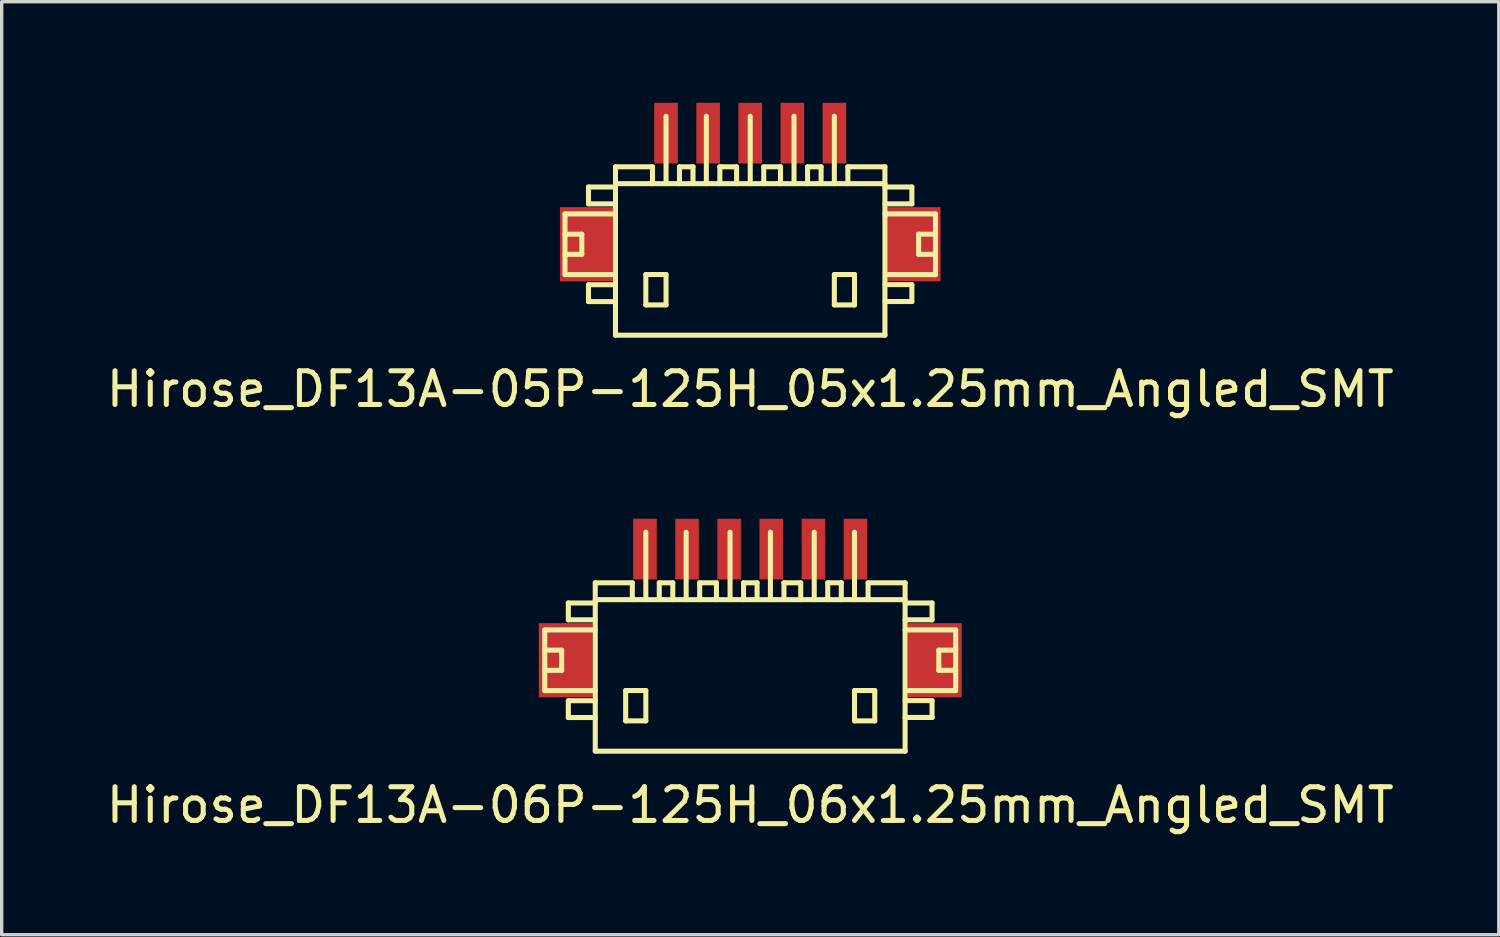
<source format=kicad_pcb>
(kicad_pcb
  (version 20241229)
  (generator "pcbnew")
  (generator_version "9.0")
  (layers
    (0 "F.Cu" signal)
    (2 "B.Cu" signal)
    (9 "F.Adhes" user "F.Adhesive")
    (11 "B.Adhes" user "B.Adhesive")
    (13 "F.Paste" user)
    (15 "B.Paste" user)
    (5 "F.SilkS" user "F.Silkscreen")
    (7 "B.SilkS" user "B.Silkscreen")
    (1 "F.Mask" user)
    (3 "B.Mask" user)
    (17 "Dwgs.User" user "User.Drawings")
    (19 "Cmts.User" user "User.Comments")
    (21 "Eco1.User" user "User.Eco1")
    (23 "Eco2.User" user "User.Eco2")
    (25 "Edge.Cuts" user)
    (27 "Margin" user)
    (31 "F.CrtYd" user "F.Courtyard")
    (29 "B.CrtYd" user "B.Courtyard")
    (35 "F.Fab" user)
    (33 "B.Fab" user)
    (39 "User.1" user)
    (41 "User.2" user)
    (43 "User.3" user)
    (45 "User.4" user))
  (footprint "Hirose_DF13A-06P-125H_06x1.25mm_Angled_SMT"
    (layer "F.Cu")
    (at 19.22 16.749)
    (property "Reference" "Hirose_DF13A-06P-125H_06x1.25mm_Angled_SMT" (at 0 4.1 0) (layer "F.SilkS") (effects (font (size 1 1) (thickness 0.15))))
    (attr smd)
    (fp_line (start -6.099 -1.1) (end -6.099 0.701) (stroke (width 0.15) (type solid)) (layer "F.SilkS"))
    (fp_line (start -6.099 0.701) (end -4.6 0.701) (stroke (width 0.15) (type solid)) (layer "F.SilkS"))
    (fp_line (start -5.598 -0.5) (end -6.099 -0.5) (stroke (width 0.15) (type solid)) (layer "F.SilkS"))
    (fp_line (start -5.598 0.099) (end -6.099 0.099) (stroke (width 0.15) (type solid)) (layer "F.SilkS"))
    (fp_line (start -5.598 0.099) (end -5.598 -0.5) (stroke (width 0.15) (type solid)) (layer "F.SilkS"))
    (fp_line (start -5.4 -1.9) (end -5.4 -1.4) (stroke (width 0.15) (type solid)) (layer "F.SilkS"))
    (fp_line (start -5.4 -1.9) (end -4.6 -1.9) (stroke (width 0.15) (type solid)) (layer "F.SilkS"))
    (fp_line (start -5.4 1.001) (end -5.4 1.501) (stroke (width 0.15) (type solid)) (layer "F.SilkS"))
    (fp_line (start -5.4 1.501) (end -4.6 1.501) (stroke (width 0.15) (type solid)) (layer "F.SilkS"))
    (fp_line (start -4.6 -1.4) (end -5.4 -1.4) (stroke (width 0.15) (type solid)) (layer "F.SilkS"))
    (fp_line (start -4.6 -1.1) (end -6.099 -1.1) (stroke (width 0.15) (type solid)) (layer "F.SilkS"))
    (fp_line (start -4.6 1.001) (end -5.4 1.001) (stroke (width 0.15) (type solid)) (layer "F.SilkS"))
    (fp_line (start -4.6 2.499) (end -4.6 -2.499) (stroke (width 0.15) (type solid)) (layer "F.SilkS"))
    (fp_line (start -4.6 2.499) (end 4.6 2.499) (stroke (width 0.15) (type solid)) (layer "F.SilkS"))
    (fp_line (start -3.698 0.699) (end -3.698 1.6) (stroke (width 0.15) (type solid)) (layer "F.SilkS"))
    (fp_line (start -3.698 1.6) (end -3.099 1.6) (stroke (width 0.15) (type solid)) (layer "F.SilkS"))
    (fp_line (start -3.5 -2.499) (end -4.6 -2.499) (stroke (width 0.15) (type solid)) (layer "F.SilkS"))
    (fp_line (start -3.5 -2.499) (end -3.5 -1.999) (stroke (width 0.15) (type solid)) (layer "F.SilkS"))
    (fp_line (start -3.099 -4) (end -3.099 -1.999) (stroke (width 0.15) (type solid)) (layer "F.SilkS"))
    (fp_line (start -3.099 0.699) (end -3.698 0.699) (stroke (width 0.15) (type solid)) (layer "F.SilkS"))
    (fp_line (start -3.099 1.6) (end -3.099 0.699) (stroke (width 0.15) (type solid)) (layer "F.SilkS"))
    (fp_line (start -2.7 -2.499) (end -2.7 -1.999) (stroke (width 0.15) (type solid)) (layer "F.SilkS"))
    (fp_line (start -2.299 -2.499) (end -2.7 -2.499) (stroke (width 0.15) (type solid)) (layer "F.SilkS"))
    (fp_line (start -2.299 -2.499) (end -2.299 -1.999) (stroke (width 0.15) (type solid)) (layer "F.SilkS"))
    (fp_line (start -1.902 -1.999) (end -1.902 -4) (stroke (width 0.15) (type solid)) (layer "F.SilkS"))
    (fp_line (start -1.504 -2.499) (end -1.003 -2.499) (stroke (width 0.15) (type solid)) (layer "F.SilkS"))
    (fp_line (start -1.501 -1.999) (end -1.501 -2.499) (stroke (width 0.15) (type solid)) (layer "F.SilkS"))
    (fp_line (start -1.003 -2.499) (end -1.003 -1.999) (stroke (width 0.15) (type solid)) (layer "F.SilkS"))
    (fp_line (start -0.599 -1.999) (end -0.599 -4) (stroke (width 0.15) (type solid)) (layer "F.SilkS"))
    (fp_line (start -0.198 -2.499) (end -0.198 -1.999) (stroke (width 0.15) (type solid)) (layer "F.SilkS"))
    (fp_line (start 0.203 -2.499) (end -0.198 -2.499) (stroke (width 0.15) (type solid)) (layer "F.SilkS"))
    (fp_line (start 0.203 -2.499) (end 0.203 -1.999) (stroke (width 0.15) (type solid)) (layer "F.SilkS"))
    (fp_line (start 0.599 -1.999) (end 0.599 -4) (stroke (width 0.15) (type solid)) (layer "F.SilkS"))
    (fp_line (start 0.998 -2.499) (end 1.499 -2.499) (stroke (width 0.15) (type solid)) (layer "F.SilkS"))
    (fp_line (start 1.001 -1.999) (end 1.001 -2.499) (stroke (width 0.15) (type solid)) (layer "F.SilkS"))
    (fp_line (start 1.499 -2.499) (end 1.499 -1.999) (stroke (width 0.15) (type solid)) (layer "F.SilkS"))
    (fp_line (start 1.9 -1.999) (end 1.9 -4) (stroke (width 0.15) (type solid)) (layer "F.SilkS"))
    (fp_line (start 2.301 -2.499) (end 2.301 -1.999) (stroke (width 0.15) (type solid)) (layer "F.SilkS"))
    (fp_line (start 2.703 -2.499) (end 2.301 -2.499) (stroke (width 0.15) (type solid)) (layer "F.SilkS"))
    (fp_line (start 2.703 -2.499) (end 2.703 -1.999) (stroke (width 0.15) (type solid)) (layer "F.SilkS"))
    (fp_line (start 3.096 -1.999) (end 3.096 -4) (stroke (width 0.15) (type solid)) (layer "F.SilkS"))
    (fp_line (start 3.096 0.699) (end 3.696 0.699) (stroke (width 0.15) (type solid)) (layer "F.SilkS"))
    (fp_line (start 3.096 1.6) (end 3.096 0.699) (stroke (width 0.15) (type solid)) (layer "F.SilkS"))
    (fp_line (start 3.498 -2.499) (end 3.498 -1.999) (stroke (width 0.15) (type solid)) (layer "F.SilkS"))
    (fp_line (start 3.696 0.699) (end 3.696 1.6) (stroke (width 0.15) (type solid)) (layer "F.SilkS"))
    (fp_line (start 3.696 1.6) (end 3.096 1.6) (stroke (width 0.15) (type solid)) (layer "F.SilkS"))
    (fp_line (start 4.597 -2.499) (end 3.498 -2.499) (stroke (width 0.15) (type solid)) (layer "F.SilkS"))
    (fp_line (start 4.597 -2.499) (end 4.597 2.499) (stroke (width 0.15) (type solid)) (layer "F.SilkS"))
    (fp_line (start 4.597 -1.9) (end 5.397 -1.9) (stroke (width 0.15) (type solid)) (layer "F.SilkS"))
    (fp_line (start 4.597 0.998) (end 5.397 0.998) (stroke (width 0.15) (type solid)) (layer "F.SilkS"))
    (fp_line (start 4.6 -1.999) (end -4.6 -1.999) (stroke (width 0.15) (type solid)) (layer "F.SilkS"))
    (fp_line (start 5.397 -1.9) (end 5.397 -1.4) (stroke (width 0.15) (type solid)) (layer "F.SilkS"))
    (fp_line (start 5.397 -1.4) (end 4.597 -1.4) (stroke (width 0.15) (type solid)) (layer "F.SilkS"))
    (fp_line (start 5.397 0.998) (end 5.397 1.499) (stroke (width 0.15) (type solid)) (layer "F.SilkS"))
    (fp_line (start 5.397 1.499) (end 4.597 1.499) (stroke (width 0.15) (type solid)) (layer "F.SilkS"))
    (fp_line (start 5.598 0.099) (end 5.598 -0.5) (stroke (width 0.15) (type solid)) (layer "F.SilkS"))
    (fp_line (start 6.096 -1.1) (end 4.597 -1.1) (stroke (width 0.15) (type solid)) (layer "F.SilkS"))
    (fp_line (start 6.096 0.701) (end 4.696 0.701) (stroke (width 0.15) (type solid)) (layer "F.SilkS"))
    (fp_line (start 6.099 -1.1) (end 6.099 0.701) (stroke (width 0.15) (type solid)) (layer "F.SilkS"))
    (fp_line (start 6.099 -0.5) (end 5.598 -0.5) (stroke (width 0.15) (type solid)) (layer "F.SilkS"))
    (fp_line (start 6.099 0.099) (end 5.598 0.099) (stroke (width 0.15) (type solid)) (layer "F.SilkS"))
    (pad "" smd rect (at -5.476 -0.201) (size 1.6 2.2) (layers "F.Cu" "F.Mask" "F.Paste"))
    (pad "" smd rect (at 5.476 -0.201) (size 1.6 2.2) (layers "F.Cu" "F.Mask" "F.Paste"))
    (pad "1" smd rect (at 3.124 -3.5) (size 0.701 1.801) (layers "F.Cu" "F.Mask" "F.Paste"))
    (pad "2" smd rect (at 1.875 -3.5) (size 0.701 1.801) (layers "F.Cu" "F.Mask" "F.Paste"))
    (pad "3" smd rect (at 0.625 -3.5) (size 0.701 1.801) (layers "F.Cu" "F.Mask" "F.Paste"))
    (pad "4" smd rect (at -0.625 -3.5) (size 0.701 1.801) (layers "F.Cu" "F.Mask" "F.Paste"))
    (pad "5" smd rect (at -1.875 -3.5) (size 0.701 1.801) (layers "F.Cu" "F.Mask" "F.Paste"))
    (pad "6" smd rect (at -3.124 -3.5) (size 0.701 1.801) (layers "F.Cu" "F.Mask" "F.Paste")))
  (footprint "Hirose_DF13A-05P-125H_05x1.25mm_Angled_SMT"
    (layer "F.Cu")
    (at 19.22 4.401)
    (property "Reference" "Hirose_DF13A-05P-125H_05x1.25mm_Angled_SMT" (at 0 4.1 0) (layer "F.SilkS") (effects (font (size 1 1) (thickness 0.15))))
    (attr smd)
    (fp_line (start -5.499 -1.1) (end -5.499 0.701) (stroke (width 0.15) (type solid)) (layer "F.SilkS"))
    (fp_line (start -5.499 0.701) (end -4 0.701) (stroke (width 0.15) (type solid)) (layer "F.SilkS"))
    (fp_line (start -4.999 -0.5) (end -5.499 -0.5) (stroke (width 0.15) (type solid)) (layer "F.SilkS"))
    (fp_line (start -4.999 0.099) (end -5.499 0.099) (stroke (width 0.15) (type solid)) (layer "F.SilkS"))
    (fp_line (start -4.999 0.099) (end -4.999 -0.5) (stroke (width 0.15) (type solid)) (layer "F.SilkS"))
    (fp_line (start -4.801 -1.9) (end -4.801 -1.4) (stroke (width 0.15) (type solid)) (layer "F.SilkS"))
    (fp_line (start -4.801 -1.9) (end -4 -1.9) (stroke (width 0.15) (type solid)) (layer "F.SilkS"))
    (fp_line (start -4.801 1.001) (end -4.801 1.501) (stroke (width 0.15) (type solid)) (layer "F.SilkS"))
    (fp_line (start -4.801 1.501) (end -4 1.501) (stroke (width 0.15) (type solid)) (layer "F.SilkS"))
    (fp_line (start -4 -1.4) (end -4.801 -1.4) (stroke (width 0.15) (type solid)) (layer "F.SilkS"))
    (fp_line (start -4 -1.1) (end -5.499 -1.1) (stroke (width 0.15) (type solid)) (layer "F.SilkS"))
    (fp_line (start -4 1.001) (end -4.801 1.001) (stroke (width 0.15) (type solid)) (layer "F.SilkS"))
    (fp_line (start -4 2.499) (end -4 -2.499) (stroke (width 0.15) (type solid)) (layer "F.SilkS"))
    (fp_line (start -4 2.499) (end 4 2.499) (stroke (width 0.15) (type solid)) (layer "F.SilkS"))
    (fp_line (start -3.099 0.699) (end -3.099 1.6) (stroke (width 0.15) (type solid)) (layer "F.SilkS"))
    (fp_line (start -3.099 1.6) (end -2.499 1.6) (stroke (width 0.15) (type solid)) (layer "F.SilkS"))
    (fp_line (start -2.901 -2.499) (end -4 -2.499) (stroke (width 0.15) (type solid)) (layer "F.SilkS"))
    (fp_line (start -2.901 -2.499) (end -2.901 -1.999) (stroke (width 0.15) (type solid)) (layer "F.SilkS"))
    (fp_line (start -2.499 -4) (end -2.499 -1.999) (stroke (width 0.15) (type solid)) (layer "F.SilkS"))
    (fp_line (start -2.499 0.699) (end -3.099 0.699) (stroke (width 0.15) (type solid)) (layer "F.SilkS"))
    (fp_line (start -2.499 1.6) (end -2.499 0.699) (stroke (width 0.15) (type solid)) (layer "F.SilkS"))
    (fp_line (start -2.101 -2.499) (end -2.101 -1.999) (stroke (width 0.15) (type solid)) (layer "F.SilkS"))
    (fp_line (start -1.699 -2.499) (end -2.101 -2.499) (stroke (width 0.15) (type solid)) (layer "F.SilkS"))
    (fp_line (start -1.699 -2.499) (end -1.699 -1.999) (stroke (width 0.15) (type solid)) (layer "F.SilkS"))
    (fp_line (start -1.303 -1.999) (end -1.303 -4) (stroke (width 0.15) (type solid)) (layer "F.SilkS"))
    (fp_line (start -0.904 -2.499) (end -0.404 -2.499) (stroke (width 0.15) (type solid)) (layer "F.SilkS"))
    (fp_line (start -0.902 -1.999) (end -0.902 -2.499) (stroke (width 0.15) (type solid)) (layer "F.SilkS"))
    (fp_line (start -0.404 -2.499) (end -0.404 -1.999) (stroke (width 0.15) (type solid)) (layer "F.SilkS"))
    (fp_line (start 0 -1.999) (end 0 -4) (stroke (width 0.15) (type solid)) (layer "F.SilkS"))
    (fp_line (start 0.399 -2.499) (end 0.899 -2.499) (stroke (width 0.15) (type solid)) (layer "F.SilkS"))
    (fp_line (start 0.401 -1.999) (end 0.401 -2.499) (stroke (width 0.15) (type solid)) (layer "F.SilkS"))
    (fp_line (start 0.899 -2.499) (end 0.899 -1.999) (stroke (width 0.15) (type solid)) (layer "F.SilkS"))
    (fp_line (start 1.3 -1.999) (end 1.3 -4) (stroke (width 0.15) (type solid)) (layer "F.SilkS"))
    (fp_line (start 1.702 -2.499) (end 1.702 -1.999) (stroke (width 0.15) (type solid)) (layer "F.SilkS"))
    (fp_line (start 2.103 -2.499) (end 1.702 -2.499) (stroke (width 0.15) (type solid)) (layer "F.SilkS"))
    (fp_line (start 2.103 -2.499) (end 2.103 -1.999) (stroke (width 0.15) (type solid)) (layer "F.SilkS"))
    (fp_line (start 2.497 -1.999) (end 2.497 -4) (stroke (width 0.15) (type solid)) (layer "F.SilkS"))
    (fp_line (start 2.497 0.699) (end 3.096 0.699) (stroke (width 0.15) (type solid)) (layer "F.SilkS"))
    (fp_line (start 2.497 1.6) (end 2.497 0.699) (stroke (width 0.15) (type solid)) (layer "F.SilkS"))
    (fp_line (start 2.898 -2.499) (end 2.898 -1.999) (stroke (width 0.15) (type solid)) (layer "F.SilkS"))
    (fp_line (start 3.096 0.699) (end 3.096 1.6) (stroke (width 0.15) (type solid)) (layer "F.SilkS"))
    (fp_line (start 3.096 1.6) (end 2.497 1.6) (stroke (width 0.15) (type solid)) (layer "F.SilkS"))
    (fp_line (start 3.998 -2.499) (end 2.898 -2.499) (stroke (width 0.15) (type solid)) (layer "F.SilkS"))
    (fp_line (start 3.998 -2.499) (end 3.998 2.499) (stroke (width 0.15) (type solid)) (layer "F.SilkS"))
    (fp_line (start 3.998 -1.9) (end 4.798 -1.9) (stroke (width 0.15) (type solid)) (layer "F.SilkS"))
    (fp_line (start 3.998 0.998) (end 4.798 0.998) (stroke (width 0.15) (type solid)) (layer "F.SilkS"))
    (fp_line (start 4 -1.999) (end -4 -1.999) (stroke (width 0.15) (type solid)) (layer "F.SilkS"))
    (fp_line (start 4.798 -1.9) (end 4.798 -1.4) (stroke (width 0.15) (type solid)) (layer "F.SilkS"))
    (fp_line (start 4.798 -1.4) (end 3.998 -1.4) (stroke (width 0.15) (type solid)) (layer "F.SilkS"))
    (fp_line (start 4.798 0.998) (end 4.798 1.499) (stroke (width 0.15) (type solid)) (layer "F.SilkS"))
    (fp_line (start 4.798 1.499) (end 3.998 1.499) (stroke (width 0.15) (type solid)) (layer "F.SilkS"))
    (fp_line (start 4.999 0.099) (end 4.999 -0.5) (stroke (width 0.15) (type solid)) (layer "F.SilkS"))
    (fp_line (start 5.497 -1.1) (end 3.998 -1.1) (stroke (width 0.15) (type solid)) (layer "F.SilkS"))
    (fp_line (start 5.497 0.701) (end 4.097 0.701) (stroke (width 0.15) (type solid)) (layer "F.SilkS"))
    (fp_line (start 5.499 -1.1) (end 5.499 0.701) (stroke (width 0.15) (type solid)) (layer "F.SilkS"))
    (fp_line (start 5.499 -0.5) (end 4.999 -0.5) (stroke (width 0.15) (type solid)) (layer "F.SilkS"))
    (fp_line (start 5.499 0.099) (end 4.999 0.099) (stroke (width 0.15) (type solid)) (layer "F.SilkS"))
    (pad "" smd rect (at -4.849 -0.201) (size 1.6 2.2) (layers "F.Cu" "F.Mask" "F.Paste"))
    (pad "" smd rect (at 4.849 -0.201) (size 1.6 2.2) (layers "F.Cu" "F.Mask" "F.Paste"))
    (pad "1" smd rect (at 2.499 -3.5) (size 0.701 1.801) (layers "F.Cu" "F.Mask" "F.Paste"))
    (pad "2" smd rect (at 1.25 -3.5) (size 0.701 1.801) (layers "F.Cu" "F.Mask" "F.Paste"))
    (pad "3" smd rect (at 0 -3.5) (size 0.701 1.801) (layers "F.Cu" "F.Mask" "F.Paste"))
    (pad "4" smd rect (at -1.25 -3.5) (size 0.701 1.801) (layers "F.Cu" "F.Mask" "F.Paste"))
    (pad "5" smd rect (at -2.499 -3.5) (size 0.701 1.801) (layers "F.Cu" "F.Mask" "F.Paste")))
  (gr_rect
    (start -3 -3)
    (end 41.44 24.697)
    (stroke (width 0.1) (type default))
    (fill no)
    (layer "Edge.Cuts")))
</source>
